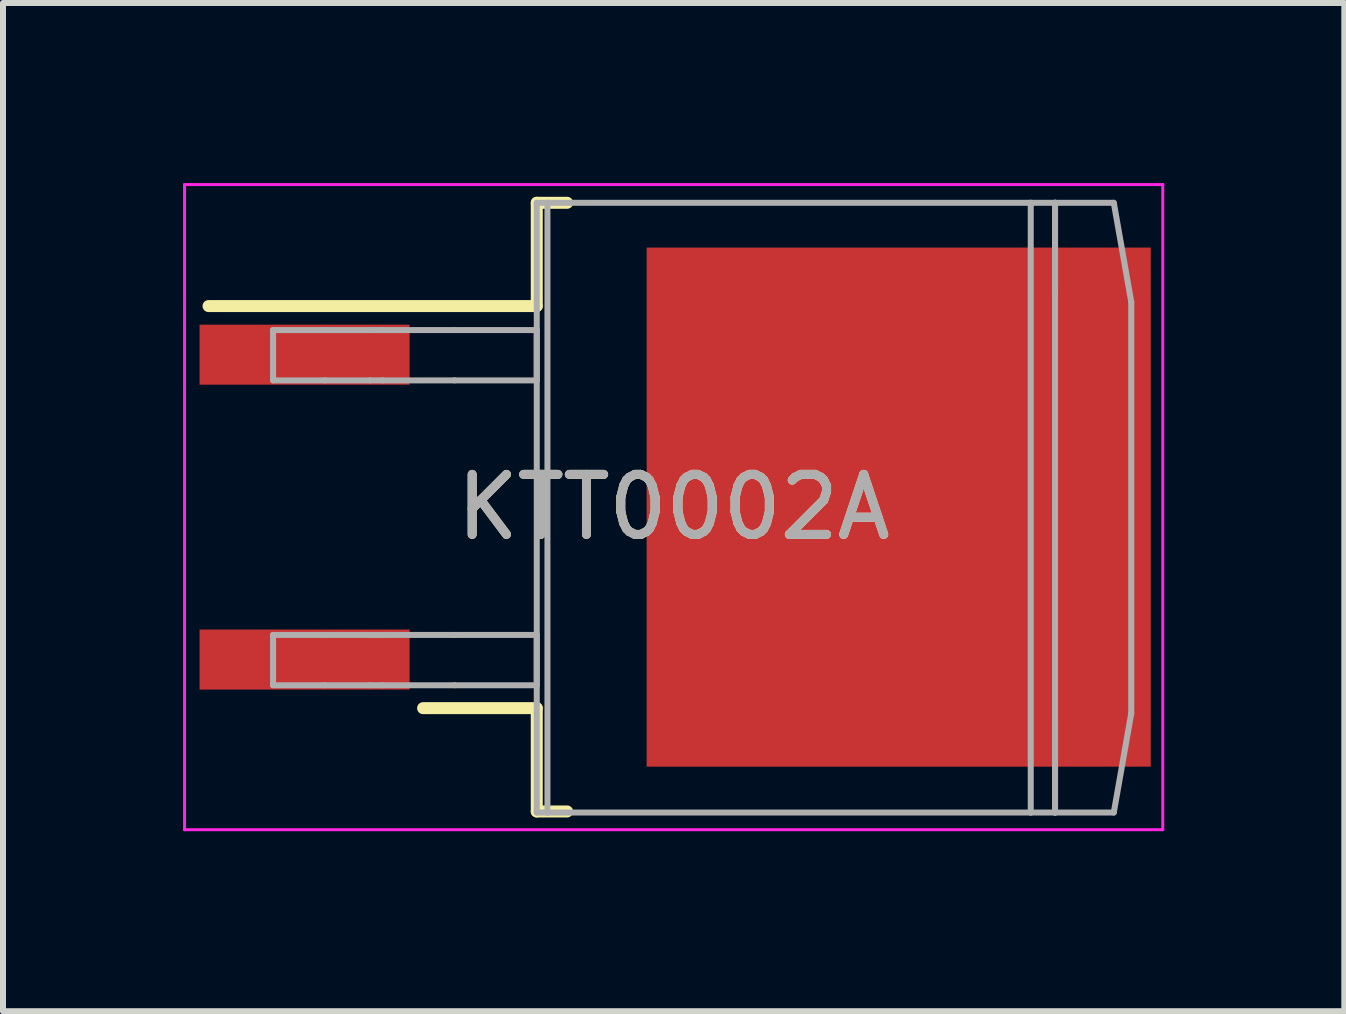
<source format=kicad_pcb>
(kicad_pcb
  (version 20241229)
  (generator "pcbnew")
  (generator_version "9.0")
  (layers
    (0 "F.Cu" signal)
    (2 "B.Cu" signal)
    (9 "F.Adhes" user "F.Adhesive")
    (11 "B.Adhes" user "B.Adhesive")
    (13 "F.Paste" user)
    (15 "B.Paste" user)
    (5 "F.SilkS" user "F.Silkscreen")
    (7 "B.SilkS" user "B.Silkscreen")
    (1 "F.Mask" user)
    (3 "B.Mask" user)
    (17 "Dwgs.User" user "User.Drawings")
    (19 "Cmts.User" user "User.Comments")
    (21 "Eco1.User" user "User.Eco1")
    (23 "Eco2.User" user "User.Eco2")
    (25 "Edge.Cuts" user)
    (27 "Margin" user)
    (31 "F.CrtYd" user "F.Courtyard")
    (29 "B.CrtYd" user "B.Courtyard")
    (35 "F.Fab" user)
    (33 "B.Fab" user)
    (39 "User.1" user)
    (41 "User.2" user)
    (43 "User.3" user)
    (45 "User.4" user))
  (footprint "KTT0002A"
    (layer "F.Cu")
    (at 8.175 5.4)
    (property "Reference" "KTT0002A" (at 0 0 0) (unlocked yes) (layer "F.SilkS") (effects (font (size 1 1) (thickness 0.15))))
    (attr smd)
    (fp_line (start -7.75 -3.35) (end -2.281 -3.35) (stroke (width 0.2) (type solid)) (layer "F.SilkS"))
    (fp_line (start -4.175 3.35) (end -2.281 3.35) (stroke (width 0.2) (type solid)) (layer "F.SilkS"))
    (fp_line (start -2.281 -5.071) (end -1.775 -5.071) (stroke (width 0.2) (type solid)) (layer "F.SilkS"))
    (fp_line (start -2.281 -3.35) (end -2.281 -5.071) (stroke (width 0.2) (type solid)) (layer "F.SilkS"))
    (fp_line (start -2.281 5.071) (end -2.281 3.35) (stroke (width 0.2) (type solid)) (layer "F.SilkS"))
    (fp_line (start -2.281 5.071) (end -1.775 5.071) (stroke (width 0.2) (type solid)) (layer "F.SilkS"))
    (fp_poly (pts (xy 1.09 -4.32) (xy 0.01 -4.32) (xy 0.01 -3.36) (xy 1.09 -3.36)) (stroke (width 0) (type solid)) (fill yes) (layer "F.Paste"))
    (fp_poly (pts (xy 1.09 -3.04) (xy 0.01 -3.04) (xy 0.01 -2.08) (xy 1.09 -2.08)) (stroke (width 0) (type solid)) (fill yes) (layer "F.Paste"))
    (fp_poly (pts (xy 1.09 -1.76) (xy 0.01 -1.76) (xy 0.01 -0.8) (xy 1.09 -0.8)) (stroke (width 0) (type solid)) (fill yes) (layer "F.Paste"))
    (fp_poly (pts (xy 1.09 -0.48) (xy 0.01 -0.48) (xy 0.01 0.48) (xy 1.09 0.48)) (stroke (width 0) (type solid)) (fill yes) (layer "F.Paste"))
    (fp_poly (pts (xy 1.09 0.8) (xy 0.01 0.8) (xy 0.01 1.76) (xy 1.09 1.76)) (stroke (width 0) (type solid)) (fill yes) (layer "F.Paste"))
    (fp_poly (pts (xy 1.09 2.08) (xy 0.01 2.08) (xy 0.01 3.04) (xy 1.09 3.04)) (stroke (width 0) (type solid)) (fill yes) (layer "F.Paste"))
    (fp_poly (pts (xy 1.09 3.36) (xy 0.01 3.36) (xy 0.01 4.32) (xy 1.09 4.32)) (stroke (width 0) (type solid)) (fill yes) (layer "F.Paste"))
    (fp_poly (pts (xy 2.37 -4.32) (xy 1.29 -4.32) (xy 1.29 -3.36) (xy 2.37 -3.36)) (stroke (width 0) (type solid)) (fill yes) (layer "F.Paste"))
    (fp_poly (pts (xy 2.37 -3.04) (xy 1.29 -3.04) (xy 1.29 -2.08) (xy 2.37 -2.08)) (stroke (width 0) (type solid)) (fill yes) (layer "F.Paste"))
    (fp_poly (pts (xy 2.37 -1.76) (xy 1.29 -1.76) (xy 1.29 -0.8) (xy 2.37 -0.8)) (stroke (width 0) (type solid)) (fill yes) (layer "F.Paste"))
    (fp_poly (pts (xy 2.37 -0.48) (xy 1.29 -0.48) (xy 1.29 0.48) (xy 2.37 0.48)) (stroke (width 0) (type solid)) (fill yes) (layer "F.Paste"))
    (fp_poly (pts (xy 2.37 0.8) (xy 1.29 0.8) (xy 1.29 1.76) (xy 2.37 1.76)) (stroke (width 0) (type solid)) (fill yes) (layer "F.Paste"))
    (fp_poly (pts (xy 2.37 2.08) (xy 1.29 2.08) (xy 1.29 3.04) (xy 2.37 3.04)) (stroke (width 0) (type solid)) (fill yes) (layer "F.Paste"))
    (fp_poly (pts (xy 2.37 3.36) (xy 1.29 3.36) (xy 1.29 4.32) (xy 2.37 4.32)) (stroke (width 0) (type solid)) (fill yes) (layer "F.Paste"))
    (fp_poly (pts (xy 3.65 -4.32) (xy 2.57 -4.32) (xy 2.57 -3.36) (xy 3.65 -3.36)) (stroke (width 0) (type solid)) (fill yes) (layer "F.Paste"))
    (fp_poly (pts (xy 3.65 -3.04) (xy 2.57 -3.04) (xy 2.57 -2.08) (xy 3.65 -2.08)) (stroke (width 0) (type solid)) (fill yes) (layer "F.Paste"))
    (fp_poly (pts (xy 3.65 -1.76) (xy 2.57 -1.76) (xy 2.57 -0.8) (xy 3.65 -0.8)) (stroke (width 0) (type solid)) (fill yes) (layer "F.Paste"))
    (fp_poly (pts (xy 3.65 -0.48) (xy 2.57 -0.48) (xy 2.57 0.48) (xy 3.65 0.48)) (stroke (width 0) (type solid)) (fill yes) (layer "F.Paste"))
    (fp_poly (pts (xy 3.65 0.8) (xy 2.57 0.8) (xy 2.57 1.76) (xy 3.65 1.76)) (stroke (width 0) (type solid)) (fill yes) (layer "F.Paste"))
    (fp_poly (pts (xy 3.65 2.08) (xy 2.57 2.08) (xy 2.57 3.04) (xy 3.65 3.04)) (stroke (width 0) (type solid)) (fill yes) (layer "F.Paste"))
    (fp_poly (pts (xy 3.65 3.36) (xy 2.57 3.36) (xy 2.57 4.32) (xy 3.65 4.32)) (stroke (width 0) (type solid)) (fill yes) (layer "F.Paste"))
    (fp_poly (pts (xy 3.85 -3.36) (xy 4.93 -3.36) (xy 4.93 -4.32) (xy 3.85 -4.32)) (stroke (width 0) (type solid)) (fill yes) (layer "F.Paste"))
    (fp_poly (pts (xy 3.85 -2.08) (xy 4.93 -2.08) (xy 4.93 -3.04) (xy 3.85 -3.04)) (stroke (width 0) (type solid)) (fill yes) (layer "F.Paste"))
    (fp_poly (pts (xy 3.85 -0.8) (xy 4.93 -0.8) (xy 4.93 -1.76) (xy 3.85 -1.76)) (stroke (width 0) (type solid)) (fill yes) (layer "F.Paste"))
    (fp_poly (pts (xy 3.85 0.48) (xy 4.93 0.48) (xy 4.93 -0.48) (xy 3.85 -0.48)) (stroke (width 0) (type solid)) (fill yes) (layer "F.Paste"))
    (fp_poly (pts (xy 3.85 1.76) (xy 4.93 1.76) (xy 4.93 0.8) (xy 3.85 0.8)) (stroke (width 0) (type solid)) (fill yes) (layer "F.Paste"))
    (fp_poly (pts (xy 3.85 3.04) (xy 4.93 3.04) (xy 4.93 2.08) (xy 3.85 2.08)) (stroke (width 0) (type solid)) (fill yes) (layer "F.Paste"))
    (fp_poly (pts (xy 3.85 4.32) (xy 4.93 4.32) (xy 4.93 3.36) (xy 3.85 3.36)) (stroke (width 0) (type solid)) (fill yes) (layer "F.Paste"))
    (fp_poly (pts (xy 5.13 -3.36) (xy 6.21 -3.36) (xy 6.21 -4.32) (xy 5.13 -4.32)) (stroke (width 0) (type solid)) (fill yes) (layer "F.Paste"))
    (fp_poly (pts (xy 5.13 -2.08) (xy 6.21 -2.08) (xy 6.21 -3.04) (xy 5.13 -3.04)) (stroke (width 0) (type solid)) (fill yes) (layer "F.Paste"))
    (fp_poly (pts (xy 5.13 -0.8) (xy 6.21 -0.8) (xy 6.21 -1.76) (xy 5.13 -1.76)) (stroke (width 0) (type solid)) (fill yes) (layer "F.Paste"))
    (fp_poly (pts (xy 5.13 0.48) (xy 6.21 0.48) (xy 6.21 -0.48) (xy 5.13 -0.48)) (stroke (width 0) (type solid)) (fill yes) (layer "F.Paste"))
    (fp_poly (pts (xy 5.13 1.76) (xy 6.21 1.76) (xy 6.21 0.8) (xy 5.13 0.8)) (stroke (width 0) (type solid)) (fill yes) (layer "F.Paste"))
    (fp_poly (pts (xy 5.13 3.04) (xy 6.21 3.04) (xy 6.21 2.08) (xy 5.13 2.08)) (stroke (width 0) (type solid)) (fill yes) (layer "F.Paste"))
    (fp_poly (pts (xy 5.13 4.32) (xy 6.21 4.32) (xy 6.21 3.36) (xy 5.13 3.36)) (stroke (width 0) (type solid)) (fill yes) (layer "F.Paste"))
    (fp_poly (pts (xy 6.41 -3.36) (xy 7.49 -3.36) (xy 7.49 -4.32) (xy 6.41 -4.32)) (stroke (width 0) (type solid)) (fill yes) (layer "F.Paste"))
    (fp_poly (pts (xy 6.41 -2.08) (xy 7.49 -2.08) (xy 7.49 -3.04) (xy 6.41 -3.04)) (stroke (width 0) (type solid)) (fill yes) (layer "F.Paste"))
    (fp_poly (pts (xy 6.41 -0.8) (xy 7.49 -0.8) (xy 7.49 -1.76) (xy 6.41 -1.76)) (stroke (width 0) (type solid)) (fill yes) (layer "F.Paste"))
    (fp_poly (pts (xy 6.41 0.48) (xy 7.49 0.48) (xy 7.49 -0.48) (xy 6.41 -0.48)) (stroke (width 0) (type solid)) (fill yes) (layer "F.Paste"))
    (fp_poly (pts (xy 6.41 1.76) (xy 7.49 1.76) (xy 7.49 0.8) (xy 6.41 0.8)) (stroke (width 0) (type solid)) (fill yes) (layer "F.Paste"))
    (fp_poly (pts (xy 6.41 3.04) (xy 7.49 3.04) (xy 7.49 2.08) (xy 6.41 2.08)) (stroke (width 0) (type solid)) (fill yes) (layer "F.Paste"))
    (fp_poly (pts (xy 6.41 4.32) (xy 7.49 4.32) (xy 7.49 3.36) (xy 6.41 3.36)) (stroke (width 0) (type solid)) (fill yes) (layer "F.Paste"))
    (fp_line (start -8.15 -5.375) (end -8.15 5.375) (stroke (width 0.05) (type default)) (layer "F.CrtYd"))
    (fp_line (start -8.15 -5.375) (end 8.15 -5.375) (stroke (width 0.05) (type default)) (layer "F.CrtYd"))
    (fp_line (start 8.15 -5.375) (end 8.15 5.375) (stroke (width 0.05) (type default)) (layer "F.CrtYd"))
    (fp_line (start 8.15 5.375) (end -8.15 5.375) (stroke (width 0.05) (type default)) (layer "F.CrtYd"))
    (fp_line (start -6.675 -2.95) (end -5.811 -2.95) (stroke (width 0.1) (type solid)) (layer "F.Fab"))
    (fp_line (start -6.675 -2.112) (end -6.675 -2.95) (stroke (width 0.1) (type solid)) (layer "F.Fab"))
    (fp_line (start -6.675 -2.112) (end -5.811 -2.112) (stroke (width 0.1) (type solid)) (layer "F.Fab"))
    (fp_line (start -6.675 2.13) (end -5.811 2.13) (stroke (width 0.1) (type solid)) (layer "F.Fab"))
    (fp_line (start -6.675 2.968) (end -6.675 2.13) (stroke (width 0.1) (type solid)) (layer "F.Fab"))
    (fp_line (start -6.675 2.968) (end -5.811 2.968) (stroke (width 0.1) (type solid)) (layer "F.Fab"))
    (fp_line (start -5.811 -2.95) (end -5.06 -2.95) (stroke (width 0.1) (type solid)) (layer "F.Fab"))
    (fp_line (start -5.811 -2.112) (end -5.06 -2.112) (stroke (width 0.1) (type solid)) (layer "F.Fab"))
    (fp_line (start -5.811 2.13) (end -5.06 2.13) (stroke (width 0.1) (type solid)) (layer "F.Fab"))
    (fp_line (start -5.811 2.968) (end -5.06 2.968) (stroke (width 0.1) (type solid)) (layer "F.Fab"))
    (fp_line (start -5.06 -2.95) (end -4.852 -2.95) (stroke (width 0.1) (type solid)) (layer "F.Fab"))
    (fp_line (start -5.06 -2.112) (end -4.852 -2.112) (stroke (width 0.1) (type solid)) (layer "F.Fab"))
    (fp_line (start -5.06 2.13) (end -4.852 2.13) (stroke (width 0.1) (type solid)) (layer "F.Fab"))
    (fp_line (start -5.06 2.968) (end -4.852 2.968) (stroke (width 0.1) (type solid)) (layer "F.Fab"))
    (fp_line (start -4.852 -2.95) (end -3.651 -2.95) (stroke (width 0.1) (type solid)) (layer "F.Fab"))
    (fp_line (start -4.852 -2.112) (end -3.651 -2.112) (stroke (width 0.1) (type solid)) (layer "F.Fab"))
    (fp_line (start -4.852 2.13) (end -3.651 2.13) (stroke (width 0.1) (type solid)) (layer "F.Fab"))
    (fp_line (start -4.852 2.968) (end -3.651 2.968) (stroke (width 0.1) (type solid)) (layer "F.Fab"))
    (fp_line (start -3.651 -2.95) (end -2.281 -2.95) (stroke (width 0.1) (type solid)) (layer "F.Fab"))
    (fp_line (start -3.651 -2.112) (end -2.281 -2.112) (stroke (width 0.1) (type solid)) (layer "F.Fab"))
    (fp_line (start -3.651 2.13) (end -2.281 2.13) (stroke (width 0.1) (type solid)) (layer "F.Fab"))
    (fp_line (start -3.651 2.968) (end -2.281 2.968) (stroke (width 0.1) (type solid)) (layer "F.Fab"))
    (fp_line (start -2.281 -5.071) (end -2.103 -5.071) (stroke (width 0.1) (type solid)) (layer "F.Fab"))
    (fp_line (start -2.281 -2.112) (end -2.281 -2.95) (stroke (width 0.1) (type solid)) (layer "F.Fab"))
    (fp_line (start -2.281 2.968) (end -2.281 2.13) (stroke (width 0.1) (type solid)) (layer "F.Fab"))
    (fp_line (start -2.281 5.089) (end -2.281 -5.071) (stroke (width 0.1) (type solid)) (layer "F.Fab"))
    (fp_line (start -2.281 5.089) (end -2.103 5.089) (stroke (width 0.1) (type solid)) (layer "F.Fab"))
    (fp_line (start -2.103 -5.071) (end 5.95 -5.071) (stroke (width 0.1) (type solid)) (layer "F.Fab"))
    (fp_line (start -2.103 5.089) (end -2.103 -5.071) (stroke (width 0.1) (type solid)) (layer "F.Fab"))
    (fp_line (start -2.103 5.089) (end 5.95 5.089) (stroke (width 0.1) (type solid)) (layer "F.Fab"))
    (fp_line (start 5.95 -5.071) (end 6.355 -5.071) (stroke (width 0.1) (type solid)) (layer "F.Fab"))
    (fp_line (start 5.95 5.089) (end 5.95 -5.071) (stroke (width 0.1) (type solid)) (layer "F.Fab"))
    (fp_line (start 5.95 5.089) (end 6.355 5.089) (stroke (width 0.1) (type solid)) (layer "F.Fab"))
    (fp_line (start 6.355 -5.071) (end 7.334 -5.071) (stroke (width 0.1) (type solid)) (layer "F.Fab"))
    (fp_line (start 6.355 -3.547) (end 6.355 -5.071) (stroke (width 0.1) (type solid)) (layer "F.Fab"))
    (fp_line (start 6.355 -3.547) (end 6.355 -5.071) (stroke (width 0.1) (type solid)) (layer "F.Fab"))
    (fp_line (start 6.355 3.565) (end 6.355 -3.547) (stroke (width 0.1) (type solid)) (layer "F.Fab"))
    (fp_line (start 6.355 5.089) (end 6.355 3.565) (stroke (width 0.1) (type solid)) (layer "F.Fab"))
    (fp_line (start 6.355 5.089) (end 6.355 3.565) (stroke (width 0.1) (type solid)) (layer "F.Fab"))
    (fp_line (start 6.355 5.089) (end 7.334 5.089) (stroke (width 0.1) (type solid)) (layer "F.Fab"))
    (fp_line (start 7.334 -5.071) (end 7.625 -3.42) (stroke (width 0.1) (type solid)) (layer "F.Fab"))
    (fp_line (start 7.334 5.089) (end 7.625 3.438) (stroke (width 0.1) (type solid)) (layer "F.Fab"))
    (fp_line (start 7.625 3.438) (end 7.625 -3.42) (stroke (width 0.1) (type solid)) (layer "F.Fab"))
    (fp_text user "${REFERENCE}" (at 0 0 0) (unlocked yes) (layer "F.Fab") (effects (font (size 1 1) (thickness 0.15))))
    (pad "1" smd rect (at -6.15 -2.54 90) (size 1 3.5) (layers "F.Cu" "F.Mask" "F.Paste"))
    (pad "2" smd rect (at 3.75 0 90) (size 8.65 8.4) (layers "F.Cu" "F.Mask" "F.Paste"))
    (pad "3" smd rect (at -6.15 2.54 90) (size 1 3.5) (layers "F.Cu" "F.Mask" "F.Paste")))
  (gr_rect
    (start -3 -3)
    (end 19.35 13.8)
    (stroke (width 0.1) (type default))
    (fill no)
    (layer "Edge.Cuts")))
</source>
